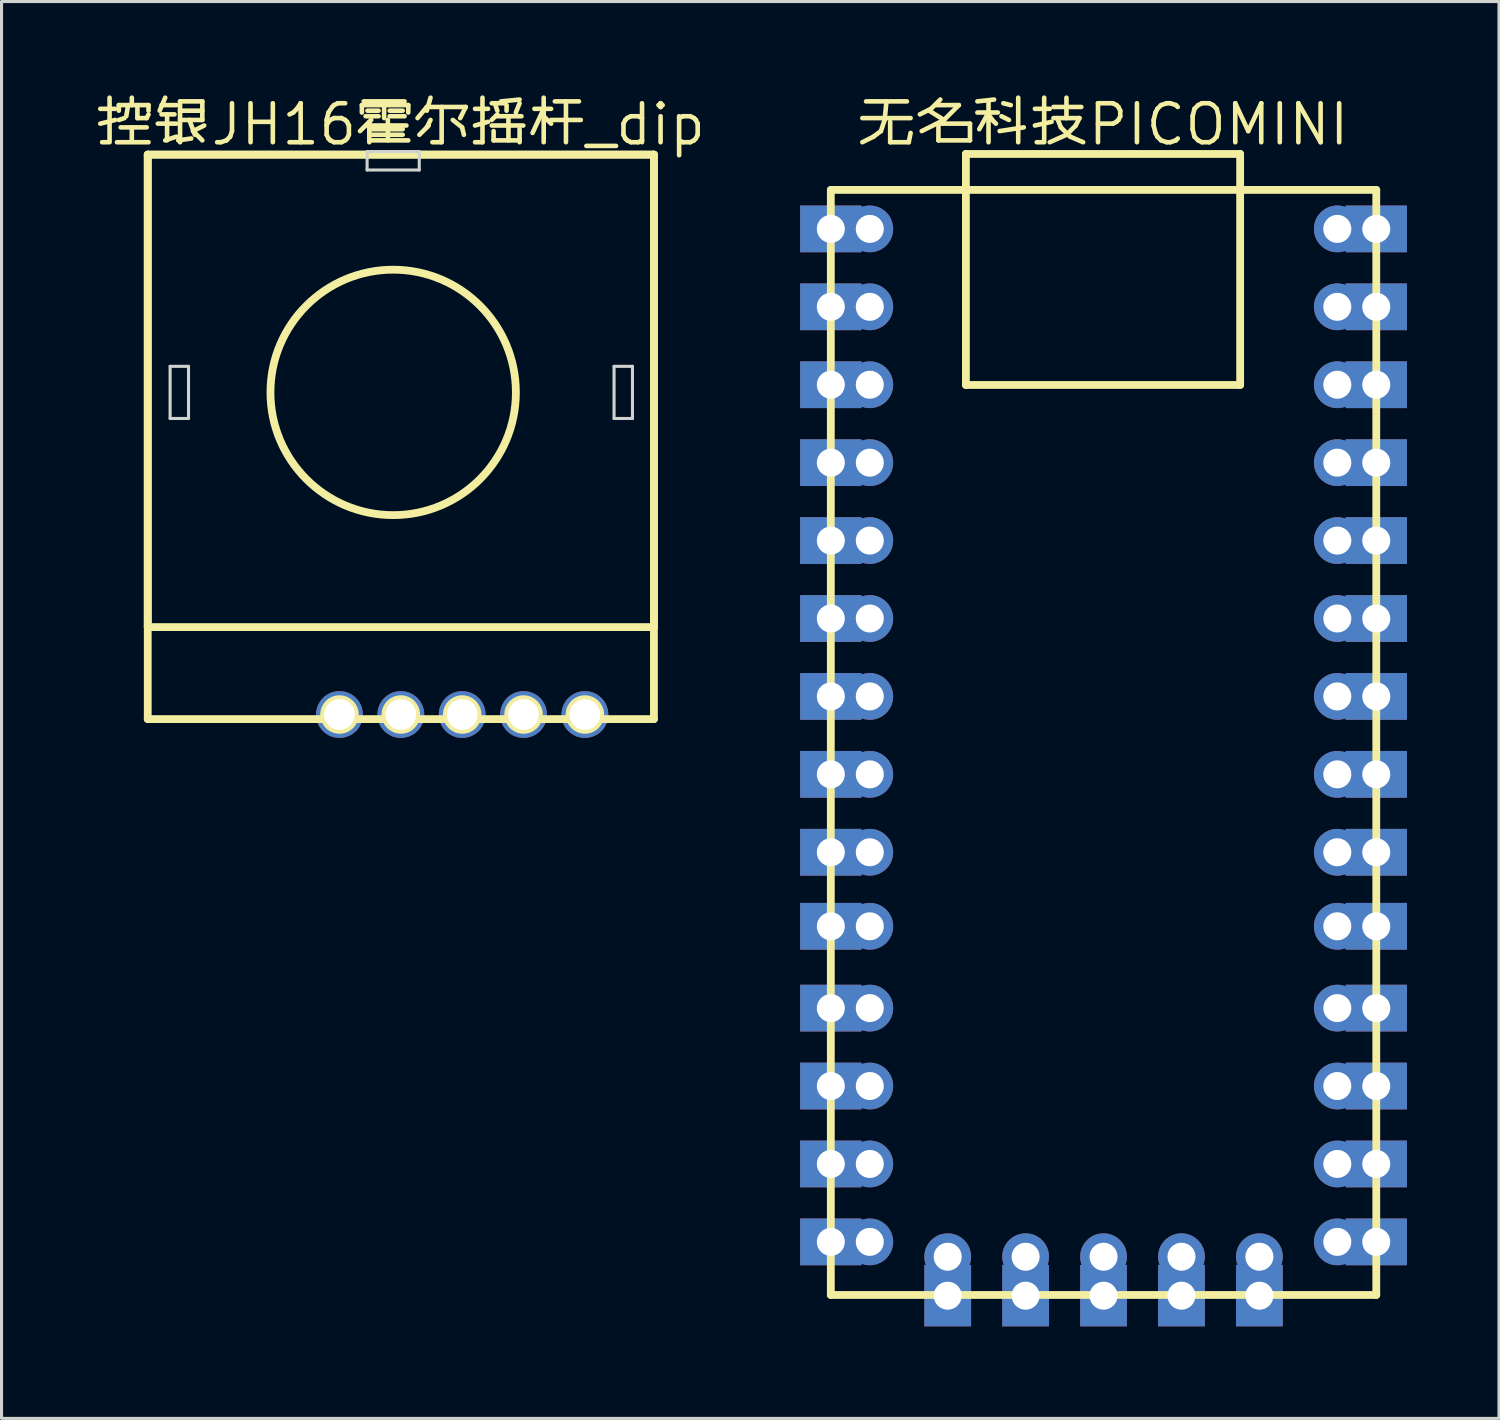
<source format=kicad_pcb>
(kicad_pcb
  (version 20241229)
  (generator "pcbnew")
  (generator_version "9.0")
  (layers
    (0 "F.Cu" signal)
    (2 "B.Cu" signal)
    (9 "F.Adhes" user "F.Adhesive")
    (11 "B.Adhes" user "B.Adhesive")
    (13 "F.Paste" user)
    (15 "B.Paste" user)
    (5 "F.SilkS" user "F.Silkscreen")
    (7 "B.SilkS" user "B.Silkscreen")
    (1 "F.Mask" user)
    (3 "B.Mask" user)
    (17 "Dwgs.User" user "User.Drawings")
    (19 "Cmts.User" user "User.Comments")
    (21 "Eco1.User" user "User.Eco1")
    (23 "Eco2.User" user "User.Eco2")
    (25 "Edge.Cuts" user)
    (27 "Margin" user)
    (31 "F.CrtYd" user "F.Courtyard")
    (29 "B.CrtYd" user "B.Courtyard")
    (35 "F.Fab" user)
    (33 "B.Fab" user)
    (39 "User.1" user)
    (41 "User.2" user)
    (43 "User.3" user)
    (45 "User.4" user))
  (footprint "控银JH16霍尔摇杆_dip"
    (layer "F.Cu")
    (at 9.762 9.792)
    (property "Reference" "控银JH16霍尔摇杆_dip" (at 0.254 -8.786 0) (layer "F.SilkS") (effects (font (size 1.27 1.27) (thickness 0.15))))
    (fp_line (start -7.996 -7.801) (end -7.996 10.599) (stroke (width 0.254) (type default)) (layer "F.SilkS"))
    (fp_line (start -7.996 -7.801) (end 8.504 -7.801) (stroke (width 0.254) (type default)) (layer "F.SilkS"))
    (fp_line (start -7.996 7.599) (end -7.996 -7.801) (stroke (width 0.254) (type default)) (layer "F.SilkS"))
    (fp_line (start -7.996 10.599) (end 8.504 10.599) (stroke (width 0.254) (type default)) (layer "F.SilkS"))
    (fp_line (start 8.504 -7.801) (end -7.996 -7.801) (stroke (width 0.254) (type default)) (layer "F.SilkS"))
    (fp_line (start 8.504 -7.801) (end 8.504 7.599) (stroke (width 0.254) (type default)) (layer "F.SilkS"))
    (fp_line (start 8.504 7.599) (end -7.996 7.599) (stroke (width 0.254) (type default)) (layer "F.SilkS"))
    (fp_line (start 8.504 10.599) (end 8.504 -7.801) (stroke (width 0.254) (type default)) (layer "F.SilkS"))
    (fp_circle (center -1.746 10.449) (end -1.246 10.449) (stroke (width 0.254) (type default)) (fill no) (layer "F.SilkS"))
    (fp_circle (center 0.004 -0.051) (end 4.004 -0.051) (stroke (width 0.254) (type default)) (fill no) (layer "F.SilkS"))
    (fp_circle (center 0.254 10.449) (end 0.754 10.449) (stroke (width 0.254) (type default)) (fill no) (layer "F.SilkS"))
    (fp_circle (center 2.254 10.449) (end 2.754 10.449) (stroke (width 0.254) (type default)) (fill no) (layer "F.SilkS"))
    (fp_circle (center 4.254 10.449) (end 4.754 10.449) (stroke (width 0.254) (type default)) (fill no) (layer "F.SilkS"))
    (fp_circle (center 6.254 10.449) (end 6.754 10.449) (stroke (width 0.254) (type default)) (fill no) (layer "F.SilkS"))
    (fp_line (start -7.267 -0.901) (end -7.267 0.799) (stroke (width 0.1) (type default)) (layer "Edge.Cuts"))
    (fp_line (start -7.267 0.799) (end -6.667 0.799) (stroke (width 0.1) (type default)) (layer "Edge.Cuts"))
    (fp_line (start -6.667 -0.901) (end -7.267 -0.901) (stroke (width 0.1) (type default)) (layer "Edge.Cuts"))
    (fp_line (start -6.667 0.799) (end -6.667 -0.901) (stroke (width 0.1) (type default)) (layer "Edge.Cuts"))
    (fp_line (start -0.846 -7.901) (end -0.846 -7.301) (stroke (width 0.1) (type default)) (layer "Edge.Cuts"))
    (fp_line (start -0.846 -7.301) (end 0.854 -7.301) (stroke (width 0.1) (type default)) (layer "Edge.Cuts"))
    (fp_line (start 0.854 -7.901) (end -0.846 -7.901) (stroke (width 0.1) (type default)) (layer "Edge.Cuts"))
    (fp_line (start 0.854 -7.301) (end 0.854 -7.901) (stroke (width 0.1) (type default)) (layer "Edge.Cuts"))
    (fp_line (start 7.204 -0.901) (end 7.204 0.799) (stroke (width 0.1) (type default)) (layer "Edge.Cuts"))
    (fp_line (start 7.204 0.799) (end 7.804 0.799) (stroke (width 0.1) (type default)) (layer "Edge.Cuts"))
    (fp_line (start 7.804 -0.901) (end 7.204 -0.901) (stroke (width 0.1) (type default)) (layer "Edge.Cuts"))
    (fp_line (start 7.804 0.799) (end 7.804 -0.901) (stroke (width 0.1) (type default)) (layer "Edge.Cuts"))
    (pad "1" thru_hole oval (at -1.746 10.449) (size 1.524 1.524) (drill 1) (layers "*.Cu" "*.Mask"))
    (pad "2" thru_hole oval (at 0.254 10.449) (size 1.524 1.524) (drill 1) (layers "*.Cu" "*.Mask"))
    (pad "3" thru_hole oval (at 2.254 10.449) (size 1.524 1.524) (drill 1) (layers "*.Cu" "*.Mask"))
    (pad "4" thru_hole oval (at 4.254 10.449) (size 1.524 1.524) (drill 1) (layers "*.Cu" "*.Mask"))
    (pad "5" thru_hole oval (at 6.254 10.449) (size 1.524 1.524) (drill 1) (layers "*.Cu" "*.Mask")))
  (footprint "无名科技PICOMINI"
    (layer "F.Cu")
    (at 33.684 21.786)
    (property "Reference" "无名科技PICOMINI" (at -0.762 -20.78 0) (layer "F.SilkS") (effects (font (size 1.27 1.27) (thickness 0.15))))
    (fp_line (start -9.652 -18.645) (end 8.128 -18.645) (stroke (width 0.254) (type default)) (layer "F.SilkS"))
    (fp_line (start -9.652 17.375) (end -9.652 -18.645) (stroke (width 0.254) (type default)) (layer "F.SilkS"))
    (fp_line (start -5.249 -19.818) (end 3.691 -19.818) (stroke (width 0.254) (type default)) (layer "F.SilkS"))
    (fp_line (start -5.249 -12.288) (end -5.249 -19.818) (stroke (width 0.254) (type default)) (layer "F.SilkS"))
    (fp_line (start 3.691 -19.818) (end 3.691 -12.288) (stroke (width 0.254) (type default)) (layer "F.SilkS"))
    (fp_line (start 3.691 -12.288) (end -5.249 -12.288) (stroke (width 0.254) (type default)) (layer "F.SilkS"))
    (fp_line (start 8.128 -18.645) (end 8.128 17.375) (stroke (width 0.254) (type default)) (layer "F.SilkS"))
    (fp_line (start 8.128 17.375) (end -9.652 17.375) (stroke (width 0.254) (type default)) (layer "F.SilkS"))
    (pad "0" thru_hole rect (at -9.652 -17.375) (size 2 1.524) (drill 0.914) (layers "*.Cu" "*.Mask"))
    (pad "0" thru_hole oval (at -8.382 -17.375) (size 1.524 1.524) (drill 0.914) (layers "*.Cu" "*.Mask"))
    (pad "1" thru_hole rect (at -9.652 -14.835) (size 2 1.524) (drill 0.914) (layers "*.Cu" "*.Mask"))
    (pad "1" thru_hole oval (at -8.382 -14.835) (size 1.524 1.524) (drill 0.914) (layers "*.Cu" "*.Mask"))
    (pad "2" thru_hole rect (at -9.652 -12.295) (size 2 1.524) (drill 0.914) (layers "*.Cu" "*.Mask"))
    (pad "2" thru_hole oval (at -8.382 -12.295) (size 1.524 1.524) (drill 0.914) (layers "*.Cu" "*.Mask"))
    (pad "3" thru_hole rect (at -9.652 -9.755) (size 2 1.524) (drill 0.914) (layers "*.Cu" "*.Mask"))
    (pad "3" thru_hole oval (at -8.382 -9.755) (size 1.524 1.524) (drill 0.914) (layers "*.Cu" "*.Mask"))
    (pad "3V" thru_hole oval (at 6.858 -9.755) (size 1.524 1.524) (drill 0.914) (layers "*.Cu" "*.Mask"))
    (pad "3V" thru_hole rect (at 8.128 -9.755) (size 2 1.524) (drill 0.914) (layers "*.Cu" "*.Mask"))
    (pad "4" thru_hole rect (at -9.652 -7.215) (size 2 1.524) (drill 0.914) (layers "*.Cu" "*.Mask"))
    (pad "4" thru_hole oval (at -8.382 -7.215) (size 1.524 1.524) (drill 0.914) (layers "*.Cu" "*.Mask"))
    (pad "5" thru_hole rect (at -9.652 -4.675) (size 2 1.524) (drill 0.914) (layers "*.Cu" "*.Mask"))
    (pad "5" thru_hole oval (at -8.382 -4.675) (size 1.524 1.524) (drill 0.914) (layers "*.Cu" "*.Mask"))
    (pad "5V" thru_hole oval (at 6.858 -17.375) (size 1.524 1.524) (drill 0.914) (layers "*.Cu" "*.Mask"))
    (pad "5V" thru_hole rect (at 8.128 -17.375) (size 2 1.524) (drill 0.914) (layers "*.Cu" "*.Mask"))
    (pad "6" thru_hole rect (at -9.652 -2.135) (size 2 1.524) (drill 0.914) (layers "*.Cu" "*.Mask"))
    (pad "6" thru_hole oval (at -8.382 -2.135) (size 1.524 1.524) (drill 0.914) (layers "*.Cu" "*.Mask"))
    (pad "7" thru_hole rect (at -9.652 0.405) (size 2 1.524) (drill 0.914) (layers "*.Cu" "*.Mask"))
    (pad "7" thru_hole oval (at -8.382 0.405) (size 1.524 1.524) (drill 0.914) (layers "*.Cu" "*.Mask"))
    (pad "8" thru_hole rect (at -9.652 2.945) (size 2 1.524) (drill 0.914) (layers "*.Cu" "*.Mask"))
    (pad "8" thru_hole oval (at -8.382 2.945) (size 1.524 1.524) (drill 0.914) (layers "*.Cu" "*.Mask"))
    (pad "9" thru_hole rect (at -9.652 5.358) (size 2 1.524) (drill 0.914) (layers "*.Cu" "*.Mask"))
    (pad "9" thru_hole oval (at -8.382 5.358) (size 1.524 1.524) (drill 0.914) (layers "*.Cu" "*.Mask"))
    (pad "10" thru_hole rect (at -9.652 8.025) (size 2 1.524) (drill 0.914) (layers "*.Cu" "*.Mask"))
    (pad "10" thru_hole oval (at -8.382 8.025) (size 1.524 1.524) (drill 0.914) (layers "*.Cu" "*.Mask"))
    (pad "11" thru_hole rect (at -9.652 10.565) (size 2 1.524) (drill 0.914) (layers "*.Cu" "*.Mask"))
    (pad "11" thru_hole oval (at -8.382 10.565) (size 1.524 1.524) (drill 0.914) (layers "*.Cu" "*.Mask"))
    (pad "12" thru_hole rect (at -9.652 13.105) (size 2 1.524) (drill 0.914) (layers "*.Cu" "*.Mask"))
    (pad "12" thru_hole oval (at -8.382 13.105) (size 1.524 1.524) (drill 0.914) (layers "*.Cu" "*.Mask"))
    (pad "13" thru_hole rect (at -9.652 15.645) (size 2 1.524) (drill 0.914) (layers "*.Cu" "*.Mask"))
    (pad "13" thru_hole oval (at -8.382 15.645) (size 1.524 1.524) (drill 0.914) (layers "*.Cu" "*.Mask"))
    (pad "14" thru_hole oval (at -5.842 16.129 270) (size 1.524 1.524) (drill 0.914) (layers "*.Cu" "*.Mask"))
    (pad "14" thru_hole rect (at -5.842 17.399 270) (size 2 1.524) (drill 0.914) (layers "*.Cu" "*.Mask"))
    (pad "15" thru_hole oval (at -3.302 16.129 270) (size 1.524 1.524) (drill 0.914) (layers "*.Cu" "*.Mask"))
    (pad "15" thru_hole rect (at -3.302 17.399 270) (size 2 1.524) (drill 0.914) (layers "*.Cu" "*.Mask"))
    (pad "16" thru_hole oval (at -0.762 16.129 270) (size 1.524 1.524) (drill 0.914) (layers "*.Cu" "*.Mask"))
    (pad "16" thru_hole rect (at -0.762 17.399 270) (size 2 1.524) (drill 0.914) (layers "*.Cu" "*.Mask"))
    (pad "17" thru_hole oval (at 1.778 16.129 270) (size 1.524 1.524) (drill 0.914) (layers "*.Cu" "*.Mask"))
    (pad "17" thru_hole rect (at 1.778 17.399 270) (size 2 1.524) (drill 0.914) (layers "*.Cu" "*.Mask"))
    (pad "18" thru_hole oval (at 4.318 16.129 270) (size 1.524 1.524) (drill 0.914) (layers "*.Cu" "*.Mask"))
    (pad "18" thru_hole rect (at 4.318 17.399 270) (size 2 1.524) (drill 0.914) (layers "*.Cu" "*.Mask"))
    (pad "19" thru_hole oval (at 6.858 15.645) (size 1.524 1.524) (drill 0.914) (layers "*.Cu" "*.Mask"))
    (pad "19" thru_hole rect (at 8.128 15.645) (size 2 1.524) (drill 0.914) (layers "*.Cu" "*.Mask"))
    (pad "20" thru_hole oval (at 6.858 13.105) (size 1.524 1.524) (drill 0.914) (layers "*.Cu" "*.Mask"))
    (pad "20" thru_hole rect (at 8.128 13.105) (size 2 1.524) (drill 0.914) (layers "*.Cu" "*.Mask"))
    (pad "21" thru_hole oval (at 6.858 10.565) (size 1.524 1.524) (drill 0.914) (layers "*.Cu" "*.Mask"))
    (pad "21" thru_hole rect (at 8.128 10.565) (size 2 1.524) (drill 0.914) (layers "*.Cu" "*.Mask"))
    (pad "22" thru_hole oval (at 6.858 8.025) (size 1.524 1.524) (drill 0.914) (layers "*.Cu" "*.Mask"))
    (pad "22" thru_hole rect (at 8.128 8.025) (size 2 1.524) (drill 0.914) (layers "*.Cu" "*.Mask"))
    (pad "23" thru_hole oval (at 6.858 5.358) (size 1.524 1.524) (drill 0.914) (layers "*.Cu" "*.Mask"))
    (pad "23" thru_hole rect (at 8.128 5.358) (size 2 1.524) (drill 0.914) (layers "*.Cu" "*.Mask"))
    (pad "25" thru_hole oval (at 6.858 2.945) (size 1.524 1.524) (drill 0.914) (layers "*.Cu" "*.Mask"))
    (pad "25" thru_hole rect (at 8.128 2.945) (size 2 1.524) (drill 0.914) (layers "*.Cu" "*.Mask"))
    (pad "26" thru_hole oval (at 6.858 0.405) (size 1.524 1.524) (drill 0.914) (layers "*.Cu" "*.Mask"))
    (pad "26" thru_hole rect (at 8.128 0.405) (size 2 1.524) (drill 0.914) (layers "*.Cu" "*.Mask"))
    (pad "27" thru_hole oval (at 6.858 -2.135) (size 1.524 1.524) (drill 0.914) (layers "*.Cu" "*.Mask"))
    (pad "27" thru_hole rect (at 8.128 -2.135) (size 2 1.524) (drill 0.914) (layers "*.Cu" "*.Mask"))
    (pad "28" thru_hole oval (at 6.858 -4.675) (size 1.524 1.524) (drill 0.914) (layers "*.Cu" "*.Mask"))
    (pad "28" thru_hole rect (at 8.128 -4.675) (size 2 1.524) (drill 0.914) (layers "*.Cu" "*.Mask"))
    (pad "29" thru_hole oval (at 6.858 -7.215) (size 1.524 1.524) (drill 0.914) (layers "*.Cu" "*.Mask"))
    (pad "29" thru_hole rect (at 8.128 -7.215) (size 2 1.524) (drill 0.914) (layers "*.Cu" "*.Mask"))
    (pad "G" thru_hole oval (at 6.858 -14.835) (size 1.524 1.524) (drill 0.914) (layers "*.Cu" "*.Mask"))
    (pad "G" thru_hole rect (at 8.128 -14.835) (size 2 1.524) (drill 0.914) (layers "*.Cu" "*.Mask"))
    (pad "RST" thru_hole oval (at 6.858 -12.295) (size 1.524 1.524) (drill 0.914) (layers "*.Cu" "*.Mask"))
    (pad "RST" thru_hole rect (at 8.128 -12.295) (size 2 1.524) (drill 0.914) (layers "*.Cu" "*.Mask")))
  (gr_rect
    (start -3 -3)
    (end 45.812 43.185)
    (stroke (width 0.1) (type default))
    (fill no)
    (layer "Edge.Cuts")))
</source>
